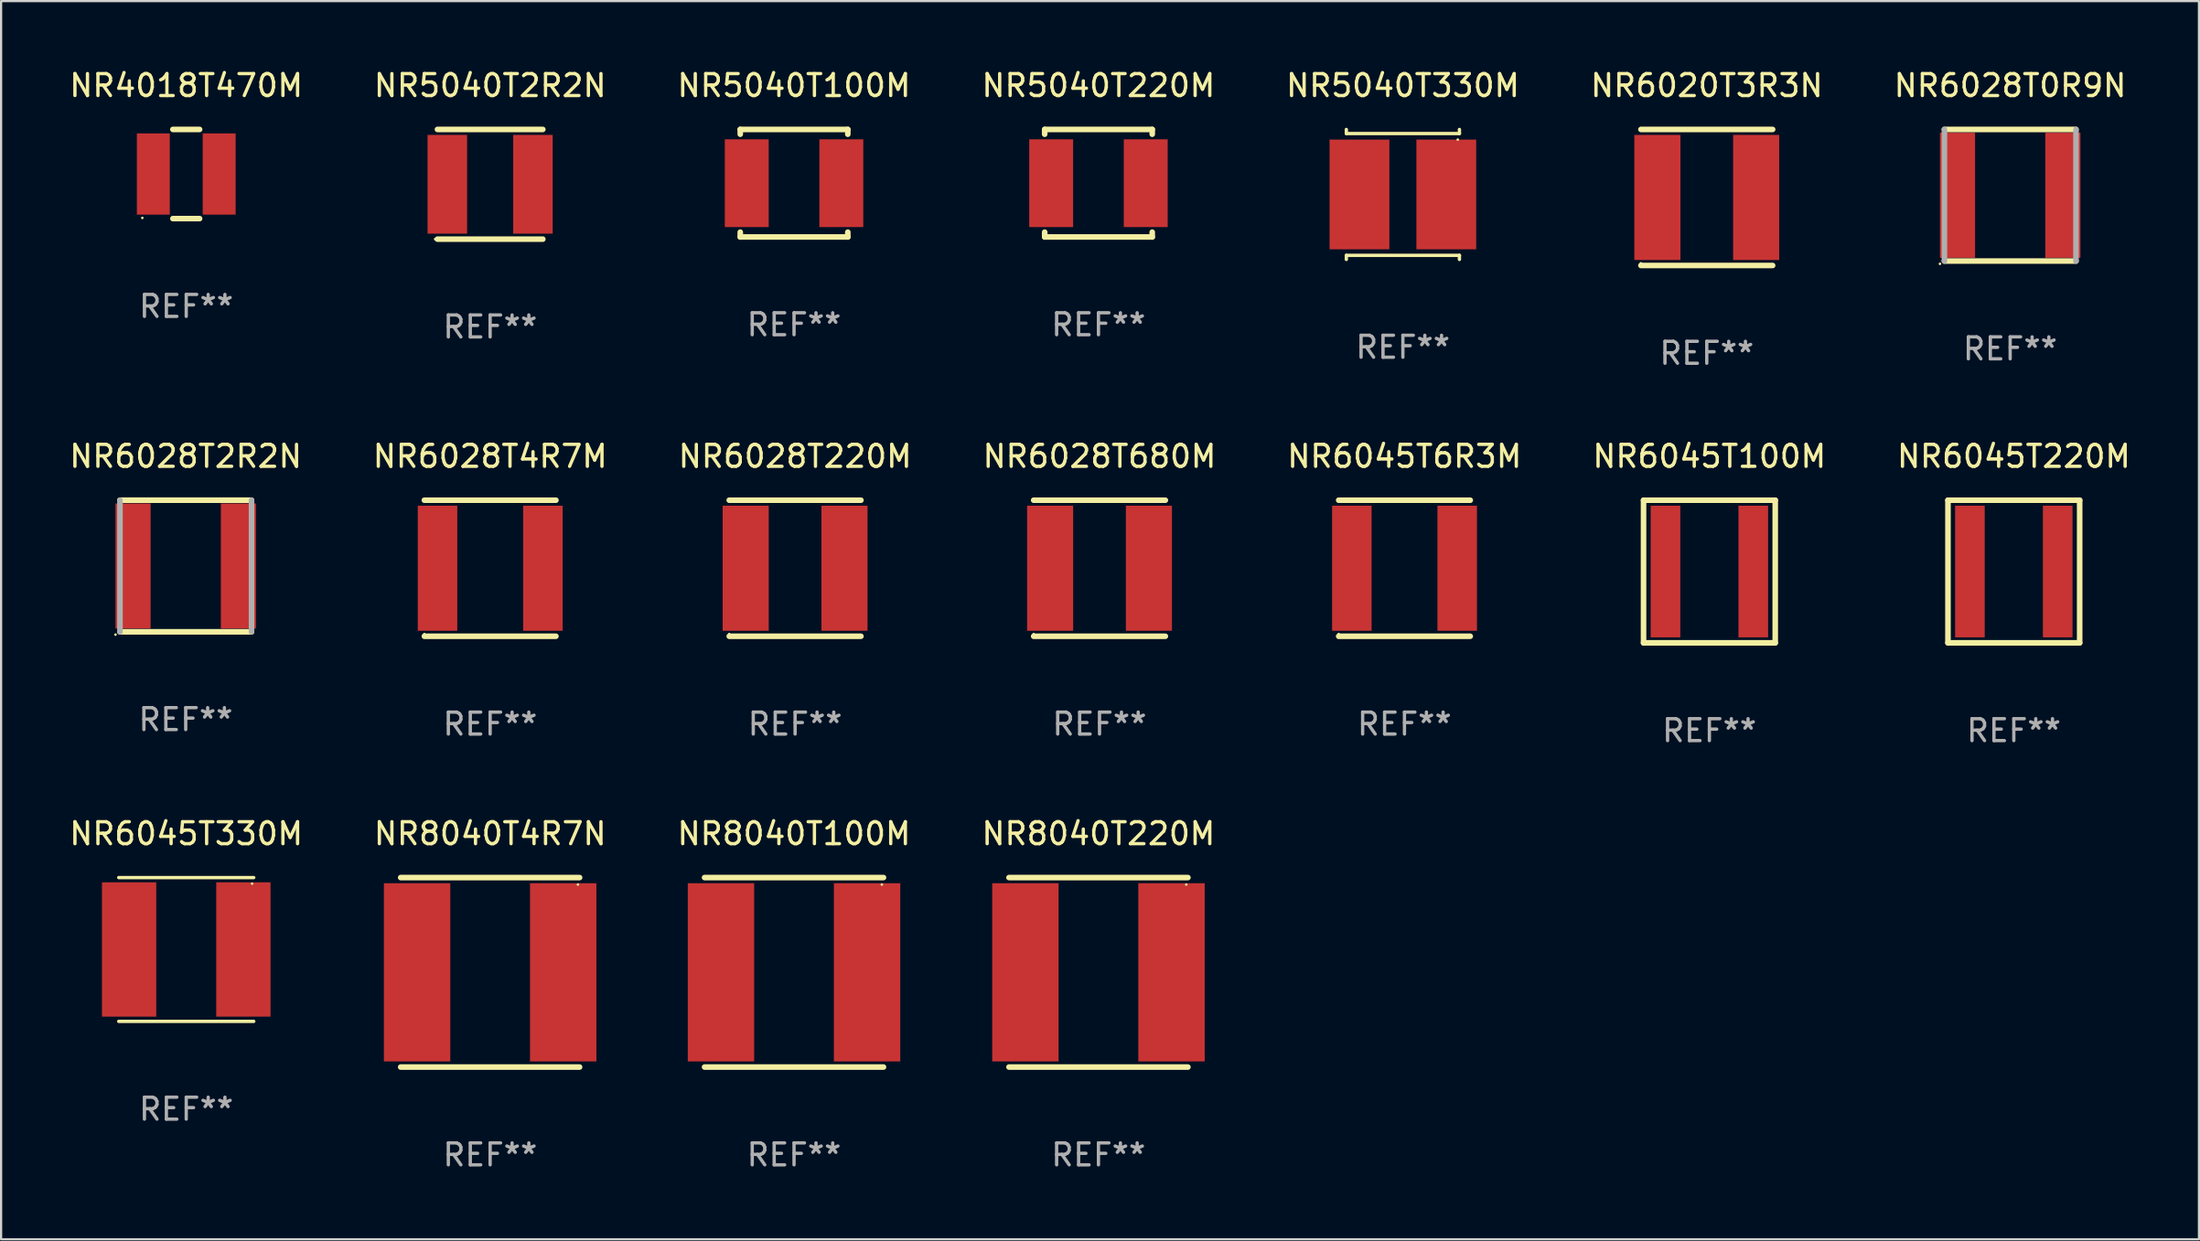
<source format=kicad_pcb>
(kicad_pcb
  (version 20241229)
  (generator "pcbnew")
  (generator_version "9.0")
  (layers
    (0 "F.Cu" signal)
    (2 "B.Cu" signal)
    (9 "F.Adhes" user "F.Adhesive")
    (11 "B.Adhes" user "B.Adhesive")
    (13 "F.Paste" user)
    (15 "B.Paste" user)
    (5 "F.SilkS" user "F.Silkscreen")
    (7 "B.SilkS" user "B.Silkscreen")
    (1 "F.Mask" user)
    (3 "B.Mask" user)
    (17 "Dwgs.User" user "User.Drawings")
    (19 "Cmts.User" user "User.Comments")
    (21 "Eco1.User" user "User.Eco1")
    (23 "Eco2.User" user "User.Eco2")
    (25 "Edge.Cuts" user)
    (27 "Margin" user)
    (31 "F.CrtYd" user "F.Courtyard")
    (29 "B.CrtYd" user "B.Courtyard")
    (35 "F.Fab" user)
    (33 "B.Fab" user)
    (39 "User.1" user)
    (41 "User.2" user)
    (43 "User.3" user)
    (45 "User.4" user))
  (footprint "NR6028T2R2N"
    (layer "F.Cu")
    (at 5.411 22.743)
    (property "Reference" "NR6028T2R2N" (at 0 -4.999 0) (layer "F.SilkS") (effects (font (size 1 1) (thickness 0.15))))
    (attr through_hole)
    (fp_line (start -2.999 -2.999) (end 2.996 -2.999) (stroke (width 0.254) (type solid)) (layer "F.SilkS"))
    (fp_line (start -2.996 2.999) (end 2.999 2.999) (stroke (width 0.254) (type solid)) (layer "F.SilkS"))
    (fp_circle (center -3.199 3.126) (end -3.169 3.126) (stroke (width 0.06) (type solid)) (fill no) (layer "F.SilkS"))
    (fp_line (start -2.996 2.999) (end -2.996 -2.996) (stroke (width 0.254) (type solid)) (layer "F.Fab"))
    (fp_line (start 2.999 2.999) (end 2.999 -2.996) (stroke (width 0.254) (type solid)) (layer "F.Fab"))
    (fp_text user "REF**" (at 0 6.999 0) (layer "F.Fab") (effects (font (size 1 1) (thickness 0.15))))
    (pad "1" smd rect (at -2.399 0.001) (size 1.6 5.7) (layers "F.Cu" "F.Mask" "F.Paste"))
    (pad "2" smd rect (at 2.401 0.001) (size 1.6 5.7) (layers "F.Cu" "F.Mask" "F.Paste")))
  (footprint "NR5040T100M"
    (layer "F.Cu")
    (at 33.125 5.298)
    (property "Reference" "NR5040T100M" (at 0 -4.45 0) (layer "F.SilkS") (effects (font (size 1 1) (thickness 0.15))))
    (attr through_hole)
    (fp_line (start -2.45 -2.45) (end 2.45 -2.45) (stroke (width 0.254) (type solid)) (layer "F.SilkS"))
    (fp_line (start -2.45 -2.231) (end -2.45 -2.45) (stroke (width 0.254) (type solid)) (layer "F.SilkS"))
    (fp_line (start -2.45 2.45) (end -2.45 2.231) (stroke (width 0.254) (type solid)) (layer "F.SilkS"))
    (fp_line (start -2.45 2.45) (end 2.45 2.45) (stroke (width 0.254) (type solid)) (layer "F.SilkS"))
    (fp_line (start 2.45 -2.45) (end 2.45 -2.231) (stroke (width 0.254) (type solid)) (layer "F.SilkS"))
    (fp_line (start 2.45 2.231) (end 2.45 2.45) (stroke (width 0.254) (type solid)) (layer "F.SilkS"))
    (fp_circle (center -2.45 2.45) (end -2.42 2.45) (stroke (width 0.06) (type solid)) (fill no) (layer "F.SilkS"))
    (fp_text user "REF**" (at 0 6.45 0) (layer "F.Fab") (effects (font (size 1 1) (thickness 0.15))))
    (pad "1" smd rect (at -2.154 0) (size 2 4) (layers "F.Cu" "F.Mask" "F.Paste"))
    (pad "2" smd rect (at 2.154 0) (size 2 4) (layers "F.Cu" "F.Mask" "F.Paste")))
  (footprint "NR6028T680M"
    (layer "F.Cu")
    (at 47.042 22.845)
    (property "Reference" "NR6028T680M" (at 0 -5.1 0) (layer "F.SilkS") (effects (font (size 1 1) (thickness 0.15))))
    (attr through_hole)
    (fp_line (start -3 -3.1) (end 3 -3.1) (stroke (width 0.254) (type solid)) (layer "F.SilkS"))
    (fp_line (start -3 3.1) (end 3 3.1) (stroke (width 0.254) (type solid)) (layer "F.SilkS"))
    (fp_circle (center -3 3) (end -2.97 3) (stroke (width 0.06) (type solid)) (fill no) (layer "F.SilkS"))
    (fp_text user "REF**" (at 0 7.1 0) (layer "F.Fab") (effects (font (size 1 1) (thickness 0.15))))
    (pad "1" smd rect (at -2.25 0) (size 2.1 5.7) (layers "F.Cu" "F.Mask" "F.Paste"))
    (pad "2" smd rect (at 2.25 0) (size 2.1 5.7) (layers "F.Cu" "F.Mask" "F.Paste")))
  (footprint "NR8040T100M"
    (layer "F.Cu")
    (at 33.125 41.259)
    (property "Reference" "NR8040T100M" (at 0 -6.318 0) (layer "F.SilkS") (effects (font (size 1 1) (thickness 0.15))))
    (attr through_hole)
    (fp_line (start -4.076 -4.318) (end 4.076 -4.318) (stroke (width 0.254) (type solid)) (layer "F.SilkS"))
    (fp_line (start -4.076 4.318) (end 4.076 4.318) (stroke (width 0.254) (type solid)) (layer "F.SilkS"))
    (fp_circle (center 4 -4) (end 4.03 -4) (stroke (width 0.06) (type solid)) (fill no) (layer "F.SilkS"))
    (fp_text user "REF**" (at 0 8.318 0) (layer "F.Fab") (effects (font (size 1 1) (thickness 0.15))))
    (pad "1" smd rect (at 3.328 0) (size 3.024 8.12) (layers "F.Cu" "F.Mask" "F.Paste"))
    (pad "2" smd rect (at -3.328 0) (size 3.024 8.12) (layers "F.Cu" "F.Mask" "F.Paste")))
  (footprint "NR5040T220M"
    (layer "F.Cu")
    (at 46.994 5.298)
    (property "Reference" "NR5040T220M" (at 0 -4.45 0) (layer "F.SilkS") (effects (font (size 1 1) (thickness 0.15))))
    (attr through_hole)
    (fp_line (start -2.45 -2.45) (end 2.45 -2.45) (stroke (width 0.254) (type solid)) (layer "F.SilkS"))
    (fp_line (start -2.45 -2.231) (end -2.45 -2.45) (stroke (width 0.254) (type solid)) (layer "F.SilkS"))
    (fp_line (start -2.45 2.45) (end -2.45 2.231) (stroke (width 0.254) (type solid)) (layer "F.SilkS"))
    (fp_line (start -2.45 2.45) (end 2.45 2.45) (stroke (width 0.254) (type solid)) (layer "F.SilkS"))
    (fp_line (start 2.45 -2.45) (end 2.45 -2.231) (stroke (width 0.254) (type solid)) (layer "F.SilkS"))
    (fp_line (start 2.45 2.231) (end 2.45 2.45) (stroke (width 0.254) (type solid)) (layer "F.SilkS"))
    (fp_circle (center -2.45 2.45) (end -2.42 2.45) (stroke (width 0.06) (type solid)) (fill no) (layer "F.SilkS"))
    (fp_text user "REF**" (at 0 6.45 0) (layer "F.Fab") (effects (font (size 1 1) (thickness 0.15))))
    (pad "1" smd rect (at -2.154 0) (size 2 4) (layers "F.Cu" "F.Mask" "F.Paste"))
    (pad "2" smd rect (at 2.154 0) (size 2 4) (layers "F.Cu" "F.Mask" "F.Paste")))
  (footprint "NR6045T330M"
    (layer "F.Cu")
    (at 5.435 40.218)
    (property "Reference" "NR6045T330M" (at 0 -5.276 0) (layer "F.SilkS") (effects (font (size 1 1) (thickness 0.15))))
    (attr through_hole)
    (fp_line (start -3.076 -3.276) (end 3.076 -3.276) (stroke (width 0.152) (type solid)) (layer "F.SilkS"))
    (fp_line (start 3.076 3.276) (end -3.076 3.276) (stroke (width 0.152) (type solid)) (layer "F.SilkS"))
    (fp_circle (center 3 -3) (end 3.03 -3) (stroke (width 0.06) (type solid)) (fill no) (layer "F.SilkS"))
    (fp_text user "REF**" (at 0 7.276 0) (layer "F.Fab") (effects (font (size 1 1) (thickness 0.15))))
    (pad "1" smd rect (at 2.603 0) (size 2.474 6.12) (layers "F.Cu" "F.Mask" "F.Paste"))
    (pad "2" smd rect (at -2.603 0) (size 2.474 6.12) (layers "F.Cu" "F.Mask" "F.Paste")))
  (footprint "NR6045T100M"
    (layer "F.Cu")
    (at 74.827 22.995)
    (property "Reference" "NR6045T100M" (at 0 -5.25 0) (layer "F.SilkS") (effects (font (size 1 1) (thickness 0.15))))
    (attr through_hole)
    (fp_line (start -3 -3.25) (end -3 3.25) (stroke (width 0.254) (type solid)) (layer "F.SilkS"))
    (fp_line (start -3 -3.25) (end 3 -3.25) (stroke (width 0.254) (type solid)) (layer "F.SilkS"))
    (fp_line (start -3 3.25) (end 3 3.25) (stroke (width 0.254) (type solid)) (layer "F.SilkS"))
    (fp_line (start 3 3.25) (end 3 -3.25) (stroke (width 0.254) (type solid)) (layer "F.SilkS"))
    (fp_circle (center -2.991 2.996) (end -2.961 2.996) (stroke (width 0.06) (type solid)) (fill no) (layer "F.SilkS"))
    (fp_text user "REF**" (at 0 7.25 0) (layer "F.Fab") (effects (font (size 1 1) (thickness 0.15))))
    (pad "1" smd rect (at -2 0) (size 1.35 6) (layers "F.Cu" "F.Mask" "F.Paste"))
    (pad "2" smd rect (at 2 0) (size 1.35 6) (layers "F.Cu" "F.Mask" "F.Paste")))
  (footprint "NR6045T6R3M"
    (layer "F.Cu")
    (at 60.935 22.845)
    (property "Reference" "NR6045T6R3M" (at 0 -5.1 0) (layer "F.SilkS") (effects (font (size 1 1) (thickness 0.15))))
    (attr through_hole)
    (fp_line (start -2.997 -3.1) (end 2.997 -3.1) (stroke (width 0.254) (type solid)) (layer "F.SilkS"))
    (fp_line (start -2.997 3.1) (end 2.997 3.1) (stroke (width 0.254) (type solid)) (layer "F.SilkS"))
    (fp_circle (center -2.997 3) (end -2.967 3) (stroke (width 0.06) (type solid)) (fill no) (layer "F.SilkS"))
    (fp_text user "REF**" (at 0 7.1 0) (layer "F.Fab") (effects (font (size 1 1) (thickness 0.15))))
    (pad "1" smd rect (at -2.397 0) (size 1.8 5.7) (layers "F.Cu" "F.Mask" "F.Paste"))
    (pad "2" smd rect (at 2.403 0) (size 1.8 5.7) (layers "F.Cu" "F.Mask" "F.Paste")))
  (footprint "NR5040T2R2N"
    (layer "F.Cu")
    (at 19.28 5.348)
    (property "Reference" "NR5040T2R2N" (at 0 -4.5 0) (layer "F.SilkS") (effects (font (size 1 1) (thickness 0.15))))
    (attr through_hole)
    (fp_line (start -2.4 -2.5) (end 2.4 -2.5) (stroke (width 0.254) (type solid)) (layer "F.SilkS"))
    (fp_line (start -2.4 2.5) (end 2.4 2.5) (stroke (width 0.254) (type solid)) (layer "F.SilkS"))
    (fp_circle (center -2.505 2.5) (end -2.475 2.5) (stroke (width 0.06) (type solid)) (fill no) (layer "F.SilkS"))
    (fp_text user "REF**" (at 0 6.5 0) (layer "F.Fab") (effects (font (size 1 1) (thickness 0.15))))
    (pad "1" smd rect (at -1.95 0) (size 1.8 4.5) (layers "F.Cu" "F.Mask" "F.Paste"))
    (pad "2" smd rect (at 1.95 0) (size 1.8 4.5) (layers "F.Cu" "F.Mask" "F.Paste")))
  (footprint "NR6045T220M"
    (layer "F.Cu")
    (at 88.696 22.995)
    (property "Reference" "NR6045T220M" (at 0 -5.25 0) (layer "F.SilkS") (effects (font (size 1 1) (thickness 0.15))))
    (attr through_hole)
    (fp_line (start -3 -3.25) (end -3 3.25) (stroke (width 0.254) (type solid)) (layer "F.SilkS"))
    (fp_line (start -3 -3.25) (end 3 -3.25) (stroke (width 0.254) (type solid)) (layer "F.SilkS"))
    (fp_line (start -3 3.25) (end 3 3.25) (stroke (width 0.254) (type solid)) (layer "F.SilkS"))
    (fp_line (start 3 3.25) (end 3 -3.25) (stroke (width 0.254) (type solid)) (layer "F.SilkS"))
    (fp_circle (center -2.991 2.996) (end -2.961 2.996) (stroke (width 0.06) (type solid)) (fill no) (layer "F.SilkS"))
    (fp_text user "REF**" (at 0 7.25 0) (layer "F.Fab") (effects (font (size 1 1) (thickness 0.15))))
    (pad "1" smd rect (at -2 0) (size 1.35 6) (layers "F.Cu" "F.Mask" "F.Paste"))
    (pad "2" smd rect (at 2 0) (size 1.35 6) (layers "F.Cu" "F.Mask" "F.Paste")))
  (footprint "NR6028T4R7M"
    (layer "F.Cu")
    (at 19.28 22.845)
    (property "Reference" "NR6028T4R7M" (at 0 -5.1 0) (layer "F.SilkS") (effects (font (size 1 1) (thickness 0.15))))
    (attr through_hole)
    (fp_line (start -2.997 -3.1) (end 2.997 -3.1) (stroke (width 0.254) (type solid)) (layer "F.SilkS"))
    (fp_line (start -2.997 3.1) (end 2.997 3.1) (stroke (width 0.254) (type solid)) (layer "F.SilkS"))
    (fp_circle (center -2.997 3) (end -2.967 3) (stroke (width 0.06) (type solid)) (fill no) (layer "F.SilkS"))
    (fp_text user "REF**" (at 0 7.1 0) (layer "F.Fab") (effects (font (size 1 1) (thickness 0.15))))
    (pad "1" smd rect (at -2.397 0) (size 1.8 5.7) (layers "F.Cu" "F.Mask" "F.Paste"))
    (pad "2" smd rect (at 2.403 0) (size 1.8 5.7) (layers "F.Cu" "F.Mask" "F.Paste")))
  (footprint "NR8040T220M"
    (layer "F.Cu")
    (at 46.994 41.259)
    (property "Reference" "NR8040T220M" (at 0 -6.318 0) (layer "F.SilkS") (effects (font (size 1 1) (thickness 0.15))))
    (attr through_hole)
    (fp_line (start -4.076 -4.318) (end 4.076 -4.318) (stroke (width 0.254) (type solid)) (layer "F.SilkS"))
    (fp_line (start -4.076 4.318) (end 4.076 4.318) (stroke (width 0.254) (type solid)) (layer "F.SilkS"))
    (fp_circle (center 4 -4) (end 4.03 -4) (stroke (width 0.06) (type solid)) (fill no) (layer "F.SilkS"))
    (fp_text user "REF**" (at 0 8.318 0) (layer "F.Fab") (effects (font (size 1 1) (thickness 0.15))))
    (pad "1" smd rect (at 3.328 0) (size 3.024 8.12) (layers "F.Cu" "F.Mask" "F.Paste"))
    (pad "2" smd rect (at -3.328 0) (size 3.024 8.12) (layers "F.Cu" "F.Mask" "F.Paste")))
  (footprint "NR6028T0R9N"
    (layer "F.Cu")
    (at 88.53 5.847)
    (property "Reference" "NR6028T0R9N" (at 0 -4.999 0) (layer "F.SilkS") (effects (font (size 1 1) (thickness 0.15))))
    (attr through_hole)
    (fp_line (start -2.999 -2.999) (end 2.996 -2.999) (stroke (width 0.254) (type solid)) (layer "F.SilkS"))
    (fp_line (start -2.996 2.999) (end 2.999 2.999) (stroke (width 0.254) (type solid)) (layer "F.SilkS"))
    (fp_circle (center -3.199 3.126) (end -3.169 3.126) (stroke (width 0.06) (type solid)) (fill no) (layer "F.SilkS"))
    (fp_line (start -2.996 2.999) (end -2.996 -2.996) (stroke (width 0.254) (type solid)) (layer "F.Fab"))
    (fp_line (start 2.999 2.999) (end 2.999 -2.996) (stroke (width 0.254) (type solid)) (layer "F.Fab"))
    (fp_text user "REF**" (at 0 6.999 0) (layer "F.Fab") (effects (font (size 1 1) (thickness 0.15))))
    (pad "1" smd rect (at -2.399 0.001) (size 1.6 5.7) (layers "F.Cu" "F.Mask" "F.Paste"))
    (pad "2" smd rect (at 2.401 0.001) (size 1.6 5.7) (layers "F.Cu" "F.Mask" "F.Paste")))
  (footprint "NR6020T3R3N"
    (layer "F.Cu")
    (at 74.708 5.948)
    (property "Reference" "NR6020T3R3N" (at 0 -5.1 0) (layer "F.SilkS") (effects (font (size 1 1) (thickness 0.15))))
    (attr through_hole)
    (fp_line (start -3 -3.1) (end 3 -3.1) (stroke (width 0.254) (type solid)) (layer "F.SilkS"))
    (fp_line (start -3 3.1) (end 3 3.1) (stroke (width 0.254) (type solid)) (layer "F.SilkS"))
    (fp_circle (center -3 3) (end -2.97 3) (stroke (width 0.06) (type solid)) (fill no) (layer "F.SilkS"))
    (fp_text user "REF**" (at 0 7.1 0) (layer "F.Fab") (effects (font (size 1 1) (thickness 0.15))))
    (pad "1" smd rect (at -2.25 0) (size 2.1 5.7) (layers "F.Cu" "F.Mask" "F.Paste"))
    (pad "2" smd rect (at 2.25 0) (size 2.1 5.7) (layers "F.Cu" "F.Mask" "F.Paste")))
  (footprint "NR5040T330M"
    (layer "F.Cu")
    (at 60.863 5.811)
    (property "Reference" "NR5040T330M" (at 0 -4.962 0) (layer "F.SilkS") (effects (font (size 1 1) (thickness 0.15))))
    (attr through_hole)
    (fp_line (start -2.576 -2.962) (end -2.576 -2.776) (stroke (width 0.152) (type solid)) (layer "F.SilkS"))
    (fp_line (start -2.576 -2.776) (end 2.576 -2.776) (stroke (width 0.152) (type solid)) (layer "F.SilkS"))
    (fp_line (start -2.576 2.776) (end 2.576 2.776) (stroke (width 0.152) (type solid)) (layer "F.SilkS"))
    (fp_line (start -2.576 2.962) (end -2.576 2.776) (stroke (width 0.152) (type solid)) (layer "F.SilkS"))
    (fp_line (start 2.576 -2.776) (end 2.576 -2.962) (stroke (width 0.152) (type solid)) (layer "F.SilkS"))
    (fp_line (start 2.576 2.776) (end 2.576 2.962) (stroke (width 0.152) (type solid)) (layer "F.SilkS"))
    (fp_circle (center 2.5 -2.5) (end 2.53 -2.5) (stroke (width 0.06) (type solid)) (fill no) (layer "F.SilkS"))
    (fp_text user "REF**" (at 0 6.962 0) (layer "F.Fab") (effects (font (size 1 1) (thickness 0.15))))
    (pad "1" smd rect (at 1.978 0) (size 2.724 5) (layers "F.Cu" "F.Mask" "F.Paste"))
    (pad "2" smd rect (at -1.978 0) (size 2.724 5) (layers "F.Cu" "F.Mask" "F.Paste")))
  (footprint "NR4018T470M"
    (layer "F.Cu")
    (at 5.435 4.88)
    (property "Reference" "NR4018T470M" (at 0 -4.032 0) (layer "F.SilkS") (effects (font (size 1 1) (thickness 0.15))))
    (attr through_hole)
    (fp_line (start -0.609 -2.032) (end 0.609 -2.032) (stroke (width 0.254) (type solid)) (layer "F.SilkS"))
    (fp_line (start -0.609 2.032) (end 0.609 2.032) (stroke (width 0.254) (type solid)) (layer "F.SilkS"))
    (fp_circle (center -2 2) (end -1.97 2) (stroke (width 0.06) (type solid)) (fill no) (layer "F.SilkS"))
    (fp_text user "REF**" (at 0 6.032 0) (layer "F.Fab") (effects (font (size 1 1) (thickness 0.15))))
    (pad "1" smd rect (at -1.5 0 90) (size 3.7 1.5) (layers "F.Cu" "F.Mask" "F.Paste"))
    (pad "2" smd rect (at 1.5 0 90) (size 3.7 1.5) (layers "F.Cu" "F.Mask" "F.Paste")))
  (footprint "NR6028T220M"
    (layer "F.Cu")
    (at 33.173 22.845)
    (property "Reference" "NR6028T220M" (at 0 -5.1 0) (layer "F.SilkS") (effects (font (size 1 1) (thickness 0.15))))
    (attr through_hole)
    (fp_line (start -3 -3.1) (end 3 -3.1) (stroke (width 0.254) (type solid)) (layer "F.SilkS"))
    (fp_line (start -3 3.1) (end 3 3.1) (stroke (width 0.254) (type solid)) (layer "F.SilkS"))
    (fp_circle (center -3 3) (end -2.97 3) (stroke (width 0.06) (type solid)) (fill no) (layer "F.SilkS"))
    (fp_text user "REF**" (at 0 7.1 0) (layer "F.Fab") (effects (font (size 1 1) (thickness 0.15))))
    (pad "1" smd rect (at -2.25 0) (size 2.1 5.7) (layers "F.Cu" "F.Mask" "F.Paste"))
    (pad "2" smd rect (at 2.25 0) (size 2.1 5.7) (layers "F.Cu" "F.Mask" "F.Paste")))
  (footprint "NR8040T4R7N"
    (layer "F.Cu")
    (at 19.28 41.259)
    (property "Reference" "NR8040T4R7N" (at 0 -6.318 0) (layer "F.SilkS") (effects (font (size 1 1) (thickness 0.15))))
    (attr through_hole)
    (fp_line (start -4.076 -4.318) (end 4.076 -4.318) (stroke (width 0.254) (type solid)) (layer "F.SilkS"))
    (fp_line (start -4.076 4.318) (end 4.076 4.318) (stroke (width 0.254) (type solid)) (layer "F.SilkS"))
    (fp_circle (center 4 -4) (end 4.03 -4) (stroke (width 0.06) (type solid)) (fill no) (layer "F.SilkS"))
    (fp_text user "REF**" (at 0 8.318 0) (layer "F.Fab") (effects (font (size 1 1) (thickness 0.15))))
    (pad "1" smd rect (at 3.328 0) (size 3.024 8.12) (layers "F.Cu" "F.Mask" "F.Paste"))
    (pad "2" smd rect (at -3.328 0) (size 3.024 8.12) (layers "F.Cu" "F.Mask" "F.Paste")))
  (gr_rect
    (start -3 -3)
    (end 97.131 53.426)
    (stroke (width 0.1) (type default))
    (fill no)
    (layer "Edge.Cuts")))
</source>
